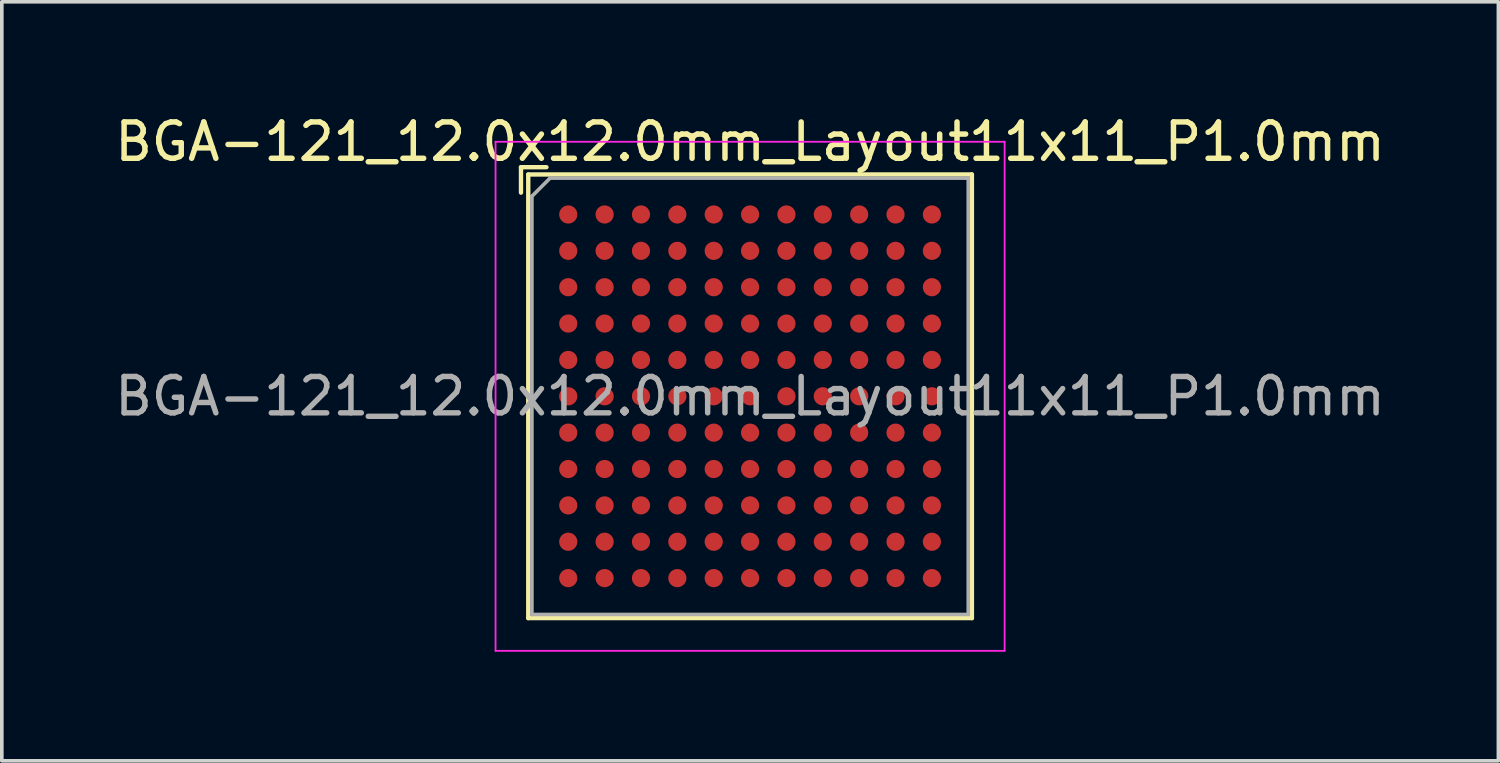
<source format=kicad_pcb>
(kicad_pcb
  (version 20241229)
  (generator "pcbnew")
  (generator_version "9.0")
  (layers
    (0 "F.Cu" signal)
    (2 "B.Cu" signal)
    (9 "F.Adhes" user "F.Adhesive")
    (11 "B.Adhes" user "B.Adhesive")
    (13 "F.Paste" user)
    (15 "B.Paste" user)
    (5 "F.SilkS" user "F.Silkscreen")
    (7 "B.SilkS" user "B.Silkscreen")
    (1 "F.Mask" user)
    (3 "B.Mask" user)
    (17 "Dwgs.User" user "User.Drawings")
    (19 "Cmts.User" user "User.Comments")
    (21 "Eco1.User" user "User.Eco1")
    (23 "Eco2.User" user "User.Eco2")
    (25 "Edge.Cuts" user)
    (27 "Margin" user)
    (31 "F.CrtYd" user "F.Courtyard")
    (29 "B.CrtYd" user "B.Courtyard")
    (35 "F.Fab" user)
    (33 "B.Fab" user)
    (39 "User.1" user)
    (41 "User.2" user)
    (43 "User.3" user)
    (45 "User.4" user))
  (footprint "BGA-121_12.0x12.0mm_Layout11x11_P1.0mm"
    (layer "F.Cu")
    (at 17.577 7.848)
    (property "Reference" "BGA-121_12.0x12.0mm_Layout11x11_P1.0mm" (at 0 -7 0) (layer "F.SilkS") (effects (font (size 1 1) (thickness 0.15))))
    (attr smd)
    (fp_line (start -6.3 -6.3) (end -5.6 -6.3) (stroke (width 0.12) (type solid)) (layer "F.SilkS"))
    (fp_line (start -6.3 -5.6) (end -6.3 -6.3) (stroke (width 0.12) (type solid)) (layer "F.SilkS"))
    (fp_line (start -6.1 -6.1) (end -6.1 6.1) (stroke (width 0.12) (type solid)) (layer "F.SilkS"))
    (fp_line (start -6.1 6.1) (end 6.1 6.1) (stroke (width 0.12) (type solid)) (layer "F.SilkS"))
    (fp_line (start 6.1 -6.1) (end -6.1 -6.1) (stroke (width 0.12) (type solid)) (layer "F.SilkS"))
    (fp_line (start 6.1 6.1) (end 6.1 -6.1) (stroke (width 0.12) (type solid)) (layer "F.SilkS"))
    (fp_line (start -7 -7) (end -7 7) (stroke (width 0.05) (type solid)) (layer "F.CrtYd"))
    (fp_line (start -7 -7) (end 7 -7) (stroke (width 0.05) (type solid)) (layer "F.CrtYd"))
    (fp_line (start 7 7) (end -7 7) (stroke (width 0.05) (type solid)) (layer "F.CrtYd"))
    (fp_line (start 7 7) (end 7 -7) (stroke (width 0.05) (type solid)) (layer "F.CrtYd"))
    (fp_line (start -6 -5.5) (end -6 6) (stroke (width 0.1) (type solid)) (layer "F.Fab"))
    (fp_line (start -6 6) (end 6 6) (stroke (width 0.1) (type solid)) (layer "F.Fab"))
    (fp_line (start -5.5 -6) (end -6 -5.5) (stroke (width 0.1) (type solid)) (layer "F.Fab"))
    (fp_line (start 6 -6) (end -5.5 -6) (stroke (width 0.1) (type solid)) (layer "F.Fab"))
    (fp_line (start 6 6) (end 6 -6) (stroke (width 0.1) (type solid)) (layer "F.Fab"))
    (fp_text user "${REFERENCE}" (at 0 0 0) (layer "F.Fab") (effects (font (size 1 1) (thickness 0.15))))
    (pad "A1" smd circle (at -5 -5) (size 0.5 0.5) (layers "F.Cu" "F.Mask" "F.Paste"))
    (pad "A2" smd circle (at -4 -5) (size 0.5 0.5) (layers "F.Cu" "F.Mask" "F.Paste"))
    (pad "A3" smd circle (at -3 -5) (size 0.5 0.5) (layers "F.Cu" "F.Mask" "F.Paste"))
    (pad "A4" smd circle (at -2 -5) (size 0.5 0.5) (layers "F.Cu" "F.Mask" "F.Paste"))
    (pad "A5" smd circle (at -1 -5) (size 0.5 0.5) (layers "F.Cu" "F.Mask" "F.Paste"))
    (pad "A6" smd circle (at 0 -5) (size 0.5 0.5) (layers "F.Cu" "F.Mask" "F.Paste"))
    (pad "A7" smd circle (at 1 -5) (size 0.5 0.5) (layers "F.Cu" "F.Mask" "F.Paste"))
    (pad "A8" smd circle (at 2 -5) (size 0.5 0.5) (layers "F.Cu" "F.Mask" "F.Paste"))
    (pad "A9" smd circle (at 3 -5) (size 0.5 0.5) (layers "F.Cu" "F.Mask" "F.Paste"))
    (pad "A10" smd circle (at 4 -5) (size 0.5 0.5) (layers "F.Cu" "F.Mask" "F.Paste"))
    (pad "A11" smd circle (at 5 -5) (size 0.5 0.5) (layers "F.Cu" "F.Mask" "F.Paste"))
    (pad "B1" smd circle (at -5 -4) (size 0.5 0.5) (layers "F.Cu" "F.Mask" "F.Paste"))
    (pad "B2" smd circle (at -4 -4) (size 0.5 0.5) (layers "F.Cu" "F.Mask" "F.Paste"))
    (pad "B3" smd circle (at -3 -4) (size 0.5 0.5) (layers "F.Cu" "F.Mask" "F.Paste"))
    (pad "B4" smd circle (at -2 -4) (size 0.5 0.5) (layers "F.Cu" "F.Mask" "F.Paste"))
    (pad "B5" smd circle (at -1 -4) (size 0.5 0.5) (layers "F.Cu" "F.Mask" "F.Paste"))
    (pad "B6" smd circle (at 0 -4) (size 0.5 0.5) (layers "F.Cu" "F.Mask" "F.Paste"))
    (pad "B7" smd circle (at 1 -4) (size 0.5 0.5) (layers "F.Cu" "F.Mask" "F.Paste"))
    (pad "B8" smd circle (at 2 -4) (size 0.5 0.5) (layers "F.Cu" "F.Mask" "F.Paste"))
    (pad "B9" smd circle (at 3 -4) (size 0.5 0.5) (layers "F.Cu" "F.Mask" "F.Paste"))
    (pad "B10" smd circle (at 4 -4) (size 0.5 0.5) (layers "F.Cu" "F.Mask" "F.Paste"))
    (pad "B11" smd circle (at 5 -4) (size 0.5 0.5) (layers "F.Cu" "F.Mask" "F.Paste"))
    (pad "C1" smd circle (at -5 -3) (size 0.5 0.5) (layers "F.Cu" "F.Mask" "F.Paste"))
    (pad "C2" smd circle (at -4 -3) (size 0.5 0.5) (layers "F.Cu" "F.Mask" "F.Paste"))
    (pad "C3" smd circle (at -3 -3) (size 0.5 0.5) (layers "F.Cu" "F.Mask" "F.Paste"))
    (pad "C4" smd circle (at -2 -3) (size 0.5 0.5) (layers "F.Cu" "F.Mask" "F.Paste"))
    (pad "C5" smd circle (at -1 -3) (size 0.5 0.5) (layers "F.Cu" "F.Mask" "F.Paste"))
    (pad "C6" smd circle (at 0 -3) (size 0.5 0.5) (layers "F.Cu" "F.Mask" "F.Paste"))
    (pad "C7" smd circle (at 1 -3) (size 0.5 0.5) (layers "F.Cu" "F.Mask" "F.Paste"))
    (pad "C8" smd circle (at 2 -3) (size 0.5 0.5) (layers "F.Cu" "F.Mask" "F.Paste"))
    (pad "C9" smd circle (at 3 -3) (size 0.5 0.5) (layers "F.Cu" "F.Mask" "F.Paste"))
    (pad "C10" smd circle (at 4 -3) (size 0.5 0.5) (layers "F.Cu" "F.Mask" "F.Paste"))
    (pad "C11" smd circle (at 5 -3) (size 0.5 0.5) (layers "F.Cu" "F.Mask" "F.Paste"))
    (pad "D1" smd circle (at -5 -2) (size 0.5 0.5) (layers "F.Cu" "F.Mask" "F.Paste"))
    (pad "D2" smd circle (at -4 -2) (size 0.5 0.5) (layers "F.Cu" "F.Mask" "F.Paste"))
    (pad "D3" smd circle (at -3 -2) (size 0.5 0.5) (layers "F.Cu" "F.Mask" "F.Paste"))
    (pad "D4" smd circle (at -2 -2) (size 0.5 0.5) (layers "F.Cu" "F.Mask" "F.Paste"))
    (pad "D5" smd circle (at -1 -2) (size 0.5 0.5) (layers "F.Cu" "F.Mask" "F.Paste"))
    (pad "D6" smd circle (at 0 -2) (size 0.5 0.5) (layers "F.Cu" "F.Mask" "F.Paste"))
    (pad "D7" smd circle (at 1 -2) (size 0.5 0.5) (layers "F.Cu" "F.Mask" "F.Paste"))
    (pad "D8" smd circle (at 2 -2) (size 0.5 0.5) (layers "F.Cu" "F.Mask" "F.Paste"))
    (pad "D9" smd circle (at 3 -2) (size 0.5 0.5) (layers "F.Cu" "F.Mask" "F.Paste"))
    (pad "D10" smd circle (at 4 -2) (size 0.5 0.5) (layers "F.Cu" "F.Mask" "F.Paste"))
    (pad "D11" smd circle (at 5 -2) (size 0.5 0.5) (layers "F.Cu" "F.Mask" "F.Paste"))
    (pad "E1" smd circle (at -5 -1) (size 0.5 0.5) (layers "F.Cu" "F.Mask" "F.Paste"))
    (pad "E2" smd circle (at -4 -1) (size 0.5 0.5) (layers "F.Cu" "F.Mask" "F.Paste"))
    (pad "E3" smd circle (at -3 -1) (size 0.5 0.5) (layers "F.Cu" "F.Mask" "F.Paste"))
    (pad "E4" smd circle (at -2 -1) (size 0.5 0.5) (layers "F.Cu" "F.Mask" "F.Paste"))
    (pad "E5" smd circle (at -1 -1) (size 0.5 0.5) (layers "F.Cu" "F.Mask" "F.Paste"))
    (pad "E6" smd circle (at 0 -1) (size 0.5 0.5) (layers "F.Cu" "F.Mask" "F.Paste"))
    (pad "E7" smd circle (at 1 -1) (size 0.5 0.5) (layers "F.Cu" "F.Mask" "F.Paste"))
    (pad "E8" smd circle (at 2 -1) (size 0.5 0.5) (layers "F.Cu" "F.Mask" "F.Paste"))
    (pad "E9" smd circle (at 3 -1) (size 0.5 0.5) (layers "F.Cu" "F.Mask" "F.Paste"))
    (pad "E10" smd circle (at 4 -1) (size 0.5 0.5) (layers "F.Cu" "F.Mask" "F.Paste"))
    (pad "E11" smd circle (at 5 -1) (size 0.5 0.5) (layers "F.Cu" "F.Mask" "F.Paste"))
    (pad "F1" smd circle (at -5 0) (size 0.5 0.5) (layers "F.Cu" "F.Mask" "F.Paste"))
    (pad "F2" smd circle (at -4 0) (size 0.5 0.5) (layers "F.Cu" "F.Mask" "F.Paste"))
    (pad "F3" smd circle (at -3 0) (size 0.5 0.5) (layers "F.Cu" "F.Mask" "F.Paste"))
    (pad "F4" smd circle (at -2 0) (size 0.5 0.5) (layers "F.Cu" "F.Mask" "F.Paste"))
    (pad "F5" smd circle (at -1 0) (size 0.5 0.5) (layers "F.Cu" "F.Mask" "F.Paste"))
    (pad "F6" smd circle (at 0 0) (size 0.5 0.5) (layers "F.Cu" "F.Mask" "F.Paste"))
    (pad "F7" smd circle (at 1 0) (size 0.5 0.5) (layers "F.Cu" "F.Mask" "F.Paste"))
    (pad "F8" smd circle (at 2 0) (size 0.5 0.5) (layers "F.Cu" "F.Mask" "F.Paste"))
    (pad "F9" smd circle (at 3 0) (size 0.5 0.5) (layers "F.Cu" "F.Mask" "F.Paste"))
    (pad "F10" smd circle (at 4 0) (size 0.5 0.5) (layers "F.Cu" "F.Mask" "F.Paste"))
    (pad "F11" smd circle (at 5 0) (size 0.5 0.5) (layers "F.Cu" "F.Mask" "F.Paste"))
    (pad "G1" smd circle (at -5 1) (size 0.5 0.5) (layers "F.Cu" "F.Mask" "F.Paste"))
    (pad "G2" smd circle (at -4 1) (size 0.5 0.5) (layers "F.Cu" "F.Mask" "F.Paste"))
    (pad "G3" smd circle (at -3 1) (size 0.5 0.5) (layers "F.Cu" "F.Mask" "F.Paste"))
    (pad "G4" smd circle (at -2 1) (size 0.5 0.5) (layers "F.Cu" "F.Mask" "F.Paste"))
    (pad "G5" smd circle (at -1 1) (size 0.5 0.5) (layers "F.Cu" "F.Mask" "F.Paste"))
    (pad "G6" smd circle (at 0 1) (size 0.5 0.5) (layers "F.Cu" "F.Mask" "F.Paste"))
    (pad "G7" smd circle (at 1 1) (size 0.5 0.5) (layers "F.Cu" "F.Mask" "F.Paste"))
    (pad "G8" smd circle (at 2 1) (size 0.5 0.5) (layers "F.Cu" "F.Mask" "F.Paste"))
    (pad "G9" smd circle (at 3 1) (size 0.5 0.5) (layers "F.Cu" "F.Mask" "F.Paste"))
    (pad "G10" smd circle (at 4 1) (size 0.5 0.5) (layers "F.Cu" "F.Mask" "F.Paste"))
    (pad "G11" smd circle (at 5 1) (size 0.5 0.5) (layers "F.Cu" "F.Mask" "F.Paste"))
    (pad "H1" smd circle (at -5 2) (size 0.5 0.5) (layers "F.Cu" "F.Mask" "F.Paste"))
    (pad "H2" smd circle (at -4 2) (size 0.5 0.5) (layers "F.Cu" "F.Mask" "F.Paste"))
    (pad "H3" smd circle (at -3 2) (size 0.5 0.5) (layers "F.Cu" "F.Mask" "F.Paste"))
    (pad "H4" smd circle (at -2 2) (size 0.5 0.5) (layers "F.Cu" "F.Mask" "F.Paste"))
    (pad "H5" smd circle (at -1 2) (size 0.5 0.5) (layers "F.Cu" "F.Mask" "F.Paste"))
    (pad "H6" smd circle (at 0 2) (size 0.5 0.5) (layers "F.Cu" "F.Mask" "F.Paste"))
    (pad "H7" smd circle (at 1 2) (size 0.5 0.5) (layers "F.Cu" "F.Mask" "F.Paste"))
    (pad "H8" smd circle (at 2 2) (size 0.5 0.5) (layers "F.Cu" "F.Mask" "F.Paste"))
    (pad "H9" smd circle (at 3 2) (size 0.5 0.5) (layers "F.Cu" "F.Mask" "F.Paste"))
    (pad "H10" smd circle (at 4 2) (size 0.5 0.5) (layers "F.Cu" "F.Mask" "F.Paste"))
    (pad "H11" smd circle (at 5 2) (size 0.5 0.5) (layers "F.Cu" "F.Mask" "F.Paste"))
    (pad "J1" smd circle (at -5 3) (size 0.5 0.5) (layers "F.Cu" "F.Mask" "F.Paste"))
    (pad "J2" smd circle (at -4 3) (size 0.5 0.5) (layers "F.Cu" "F.Mask" "F.Paste"))
    (pad "J3" smd circle (at -3 3) (size 0.5 0.5) (layers "F.Cu" "F.Mask" "F.Paste"))
    (pad "J4" smd circle (at -2 3) (size 0.5 0.5) (layers "F.Cu" "F.Mask" "F.Paste"))
    (pad "J5" smd circle (at -1 3) (size 0.5 0.5) (layers "F.Cu" "F.Mask" "F.Paste"))
    (pad "J6" smd circle (at 0 3) (size 0.5 0.5) (layers "F.Cu" "F.Mask" "F.Paste"))
    (pad "J7" smd circle (at 1 3) (size 0.5 0.5) (layers "F.Cu" "F.Mask" "F.Paste"))
    (pad "J8" smd circle (at 2 3) (size 0.5 0.5) (layers "F.Cu" "F.Mask" "F.Paste"))
    (pad "J9" smd circle (at 3 3) (size 0.5 0.5) (layers "F.Cu" "F.Mask" "F.Paste"))
    (pad "J10" smd circle (at 4 3) (size 0.5 0.5) (layers "F.Cu" "F.Mask" "F.Paste"))
    (pad "J11" smd circle (at 5 3) (size 0.5 0.5) (layers "F.Cu" "F.Mask" "F.Paste"))
    (pad "K1" smd circle (at -5 4) (size 0.5 0.5) (layers "F.Cu" "F.Mask" "F.Paste"))
    (pad "K2" smd circle (at -4 4) (size 0.5 0.5) (layers "F.Cu" "F.Mask" "F.Paste"))
    (pad "K3" smd circle (at -3 4) (size 0.5 0.5) (layers "F.Cu" "F.Mask" "F.Paste"))
    (pad "K4" smd circle (at -2 4) (size 0.5 0.5) (layers "F.Cu" "F.Mask" "F.Paste"))
    (pad "K5" smd circle (at -1 4) (size 0.5 0.5) (layers "F.Cu" "F.Mask" "F.Paste"))
    (pad "K6" smd circle (at 0 4) (size 0.5 0.5) (layers "F.Cu" "F.Mask" "F.Paste"))
    (pad "K7" smd circle (at 1 4) (size 0.5 0.5) (layers "F.Cu" "F.Mask" "F.Paste"))
    (pad "K8" smd circle (at 2 4) (size 0.5 0.5) (layers "F.Cu" "F.Mask" "F.Paste"))
    (pad "K9" smd circle (at 3 4) (size 0.5 0.5) (layers "F.Cu" "F.Mask" "F.Paste"))
    (pad "K10" smd circle (at 4 4) (size 0.5 0.5) (layers "F.Cu" "F.Mask" "F.Paste"))
    (pad "K11" smd circle (at 5 4) (size 0.5 0.5) (layers "F.Cu" "F.Mask" "F.Paste"))
    (pad "L1" smd circle (at -5 5) (size 0.5 0.5) (layers "F.Cu" "F.Mask" "F.Paste"))
    (pad "L2" smd circle (at -4 5) (size 0.5 0.5) (layers "F.Cu" "F.Mask" "F.Paste"))
    (pad "L3" smd circle (at -3 5) (size 0.5 0.5) (layers "F.Cu" "F.Mask" "F.Paste"))
    (pad "L4" smd circle (at -2 5) (size 0.5 0.5) (layers "F.Cu" "F.Mask" "F.Paste"))
    (pad "L5" smd circle (at -1 5) (size 0.5 0.5) (layers "F.Cu" "F.Mask" "F.Paste"))
    (pad "L6" smd circle (at 0 5) (size 0.5 0.5) (layers "F.Cu" "F.Mask" "F.Paste"))
    (pad "L7" smd circle (at 1 5) (size 0.5 0.5) (layers "F.Cu" "F.Mask" "F.Paste"))
    (pad "L8" smd circle (at 2 5) (size 0.5 0.5) (layers "F.Cu" "F.Mask" "F.Paste"))
    (pad "L9" smd circle (at 3 5) (size 0.5 0.5) (layers "F.Cu" "F.Mask" "F.Paste"))
    (pad "L10" smd circle (at 4 5) (size 0.5 0.5) (layers "F.Cu" "F.Mask" "F.Paste"))
    (pad "L11" smd circle (at 5 5) (size 0.5 0.5) (layers "F.Cu" "F.Mask" "F.Paste")))
  (gr_rect
    (start -3 -3)
    (end 38.155 17.873)
    (stroke (width 0.1) (type default))
    (fill no)
    (layer "Edge.Cuts")))
</source>
